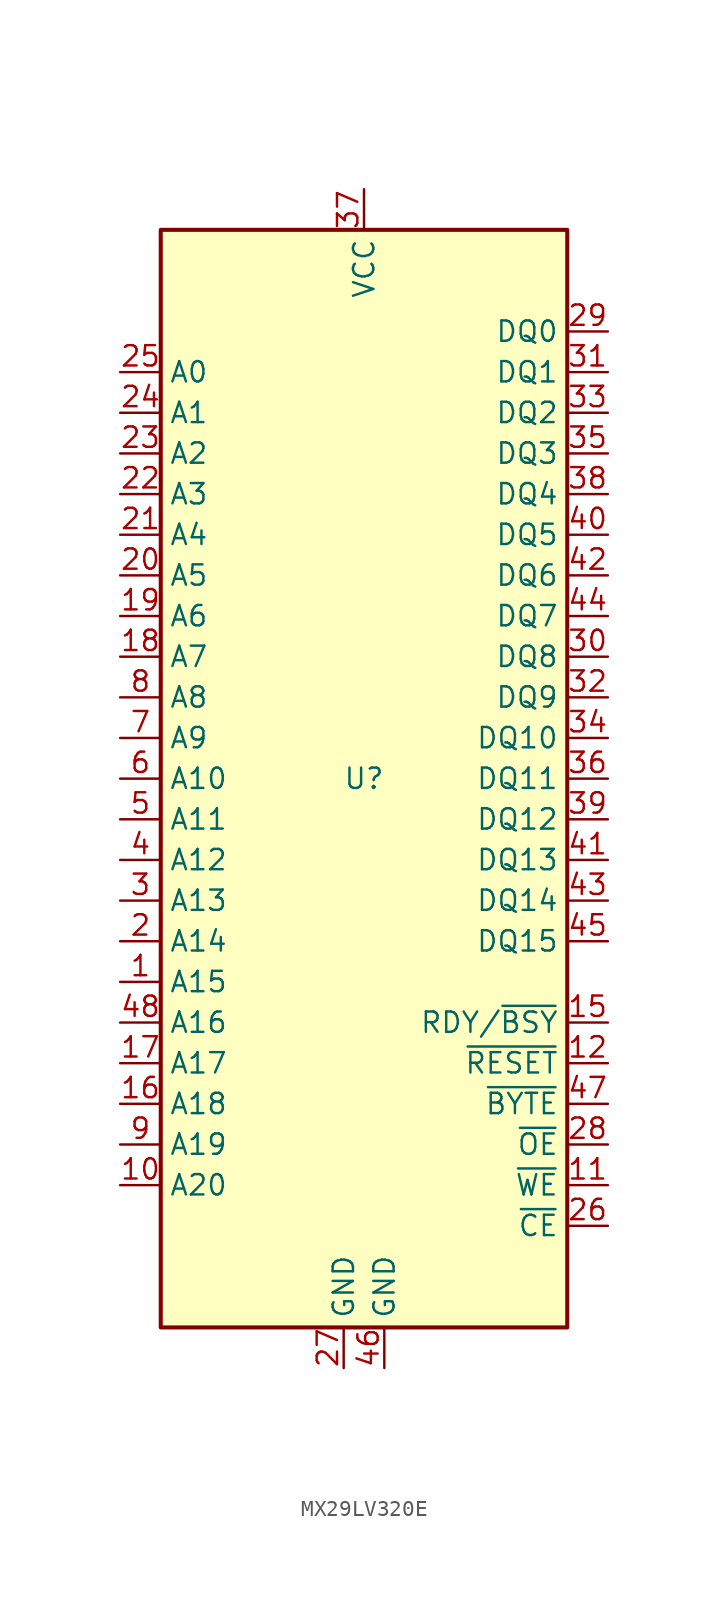
<source format=kicad_sym>
(kicad_symbol_lib
  (version 20241209)
  (generator "kicad_symbol_editor")
  (generator_version "9.0")
  (symbol "MX29LV320E"
    (property "Reference" "U"
      (at 0 0 0)
      (effects (font (size 1.27 1.27))))
    (property "Value" ""
      (at 0 0 0)
      (effects (font (size 1.27 1.27))))
    (symbol "MX29LV320E_1_1"
      (rectangle (start -12.7 34.29) (end 12.7 -34.29) (stroke (width 0.254) (type solid)) (fill (type background)))
      (pin input line (at -15.24 25.4 0) (length 2.54) (name "A0" (effects (font (size 1.27 1.27)))) (number "25" (effects (font (size 1.27 1.27)))))
      (pin input line (at -15.24 22.86 0) (length 2.54) (name "A1" (effects (font (size 1.27 1.27)))) (number "24" (effects (font (size 1.27 1.27)))))
      (pin input line (at -15.24 20.32 0) (length 2.54) (name "A2" (effects (font (size 1.27 1.27)))) (number "23" (effects (font (size 1.27 1.27)))))
      (pin input line (at -15.24 17.78 0) (length 2.54) (name "A3" (effects (font (size 1.27 1.27)))) (number "22" (effects (font (size 1.27 1.27)))))
      (pin input line (at -15.24 15.24 0) (length 2.54) (name "A4" (effects (font (size 1.27 1.27)))) (number "21" (effects (font (size 1.27 1.27)))))
      (pin input line (at -15.24 12.7 0) (length 2.54) (name "A5" (effects (font (size 1.27 1.27)))) (number "20" (effects (font (size 1.27 1.27)))))
      (pin input line (at -15.24 10.16 0) (length 2.54) (name "A6" (effects (font (size 1.27 1.27)))) (number "19" (effects (font (size 1.27 1.27)))))
      (pin input line (at -15.24 7.62 0) (length 2.54) (name "A7" (effects (font (size 1.27 1.27)))) (number "18" (effects (font (size 1.27 1.27)))))
      (pin input line (at -15.24 5.08 0) (length 2.54) (name "A8" (effects (font (size 1.27 1.27)))) (number "8" (effects (font (size 1.27 1.27)))))
      (pin input line (at -15.24 2.54 0) (length 2.54) (name "A9" (effects (font (size 1.27 1.27)))) (number "7" (effects (font (size 1.27 1.27)))))
      (pin input line (at -15.24 0 0) (length 2.54) (name "A10" (effects (font (size 1.27 1.27)))) (number "6" (effects (font (size 1.27 1.27)))))
      (pin input line (at -15.24 -2.54 0) (length 2.54) (name "A11" (effects (font (size 1.27 1.27)))) (number "5" (effects (font (size 1.27 1.27)))))
      (pin input line (at -15.24 -5.08 0) (length 2.54) (name "A12" (effects (font (size 1.27 1.27)))) (number "4" (effects (font (size 1.27 1.27)))))
      (pin input line (at -15.24 -7.62 0) (length 2.54) (name "A13" (effects (font (size 1.27 1.27)))) (number "3" (effects (font (size 1.27 1.27)))))
      (pin input line (at -15.24 -10.16 0) (length 2.54) (name "A14" (effects (font (size 1.27 1.27)))) (number "2" (effects (font (size 1.27 1.27)))))
      (pin input line (at -15.24 -12.7 0) (length 2.54) (name "A15" (effects (font (size 1.27 1.27)))) (number "1" (effects (font (size 1.27 1.27)))))
      (pin input line (at -15.24 -15.24 0) (length 2.54) (name "A16" (effects (font (size 1.27 1.27)))) (number "48" (effects (font (size 1.27 1.27)))))
      (pin input line (at -15.24 -17.78 0) (length 2.54) (name "A17" (effects (font (size 1.27 1.27)))) (number "17" (effects (font (size 1.27 1.27)))))
      (pin input line (at -15.24 -20.32 0) (length 2.54) (name "A18" (effects (font (size 1.27 1.27)))) (number "16" (effects (font (size 1.27 1.27)))))
      (pin input line (at -15.24 -22.86 0) (length 2.54) (name "A19" (effects (font (size 1.27 1.27)))) (number "9" (effects (font (size 1.27 1.27)))))
      (pin input line (at -15.24 -25.4 0) (length 2.54) (name "A20" (effects (font (size 1.27 1.27)))) (number "10" (effects (font (size 1.27 1.27)))))
      (pin power_in line (at -1.27 -36.83 90) (length 2.54) (name "GND" (effects (font (size 1.27 1.27)))) (number "27" (effects (font (size 1.27 1.27)))))
      (pin power_in line (at 0 36.83 270) (length 2.54) (name "VCC" (effects (font (size 1.27 1.27)))) (number "37" (effects (font (size 1.27 1.27)))))
      (pin power_in line (at 1.27 -36.83 90) (length 2.54) (name "GND" (effects (font (size 1.27 1.27)))) (number "46" (effects (font (size 1.27 1.27)))))
      (pin bidirectional line (at 15.24 27.94 180) (length 2.54) (name "DQ0" (effects (font (size 1.27 1.27)))) (number "29" (effects (font (size 1.27 1.27)))))
      (pin bidirectional line (at 15.24 25.4 180) (length 2.54) (name "DQ1" (effects (font (size 1.27 1.27)))) (number "31" (effects (font (size 1.27 1.27)))))
      (pin bidirectional line (at 15.24 22.86 180) (length 2.54) (name "DQ2" (effects (font (size 1.27 1.27)))) (number "33" (effects (font (size 1.27 1.27)))))
      (pin bidirectional line (at 15.24 20.32 180) (length 2.54) (name "DQ3" (effects (font (size 1.27 1.27)))) (number "35" (effects (font (size 1.27 1.27)))))
      (pin bidirectional line (at 15.24 17.78 180) (length 2.54) (name "DQ4" (effects (font (size 1.27 1.27)))) (number "38" (effects (font (size 1.27 1.27)))))
      (pin bidirectional line (at 15.24 15.24 180) (length 2.54) (name "DQ5" (effects (font (size 1.27 1.27)))) (number "40" (effects (font (size 1.27 1.27)))))
      (pin bidirectional line (at 15.24 12.7 180) (length 2.54) (name "DQ6" (effects (font (size 1.27 1.27)))) (number "42" (effects (font (size 1.27 1.27)))))
      (pin bidirectional line (at 15.24 10.16 180) (length 2.54) (name "DQ7" (effects (font (size 1.27 1.27)))) (number "44" (effects (font (size 1.27 1.27)))))
      (pin bidirectional line (at 15.24 7.62 180) (length 2.54) (name "DQ8" (effects (font (size 1.27 1.27)))) (number "30" (effects (font (size 1.27 1.27)))))
      (pin bidirectional line (at 15.24 5.08 180) (length 2.54) (name "DQ9" (effects (font (size 1.27 1.27)))) (number "32" (effects (font (size 1.27 1.27)))))
      (pin bidirectional line (at 15.24 2.54 180) (length 2.54) (name "DQ10" (effects (font (size 1.27 1.27)))) (number "34" (effects (font (size 1.27 1.27)))))
      (pin bidirectional line (at 15.24 0 180) (length 2.54) (name "DQ11" (effects (font (size 1.27 1.27)))) (number "36" (effects (font (size 1.27 1.27)))))
      (pin bidirectional line (at 15.24 -2.54 180) (length 2.54) (name "DQ12" (effects (font (size 1.27 1.27)))) (number "39" (effects (font (size 1.27 1.27)))))
      (pin bidirectional line (at 15.24 -5.08 180) (length 2.54) (name "DQ13" (effects (font (size 1.27 1.27)))) (number "41" (effects (font (size 1.27 1.27)))))
      (pin bidirectional line (at 15.24 -7.62 180) (length 2.54) (name "DQ14" (effects (font (size 1.27 1.27)))) (number "43" (effects (font (size 1.27 1.27)))))
      (pin bidirectional line (at 15.24 -10.16 180) (length 2.54) (name "DQ15" (effects (font (size 1.27 1.27)))) (number "45" (effects (font (size 1.27 1.27)))))
      (pin output line (at 15.24 -15.24 180) (length 2.54) (name "RDY/~{BSY}" (effects (font (size 1.27 1.27)))) (number "15" (effects (font (size 1.27 1.27)))))
      (pin input line (at 15.24 -17.78 180) (length 2.54) (name "~{RESET}" (effects (font (size 1.27 1.27)))) (number "12" (effects (font (size 1.27 1.27)))))
      (pin input line (at 15.24 -20.32 180) (length 2.54) (name "~{BYTE}" (effects (font (size 1.27 1.27)))) (number "47" (effects (font (size 1.27 1.27)))))
      (pin input line (at 15.24 -22.86 180) (length 2.54) (name "~{OE}" (effects (font (size 1.27 1.27)))) (number "28" (effects (font (size 1.27 1.27)))))
      (pin input line (at 15.24 -25.4 180) (length 2.54) (name "~{WE}" (effects (font (size 1.27 1.27)))) (number "11" (effects (font (size 1.27 1.27)))))
      (pin input line (at 15.24 -27.94 180) (length 2.54) (name "~{CE}" (effects (font (size 1.27 1.27)))) (number "26" (effects (font (size 1.27 1.27))))))))
</source>
